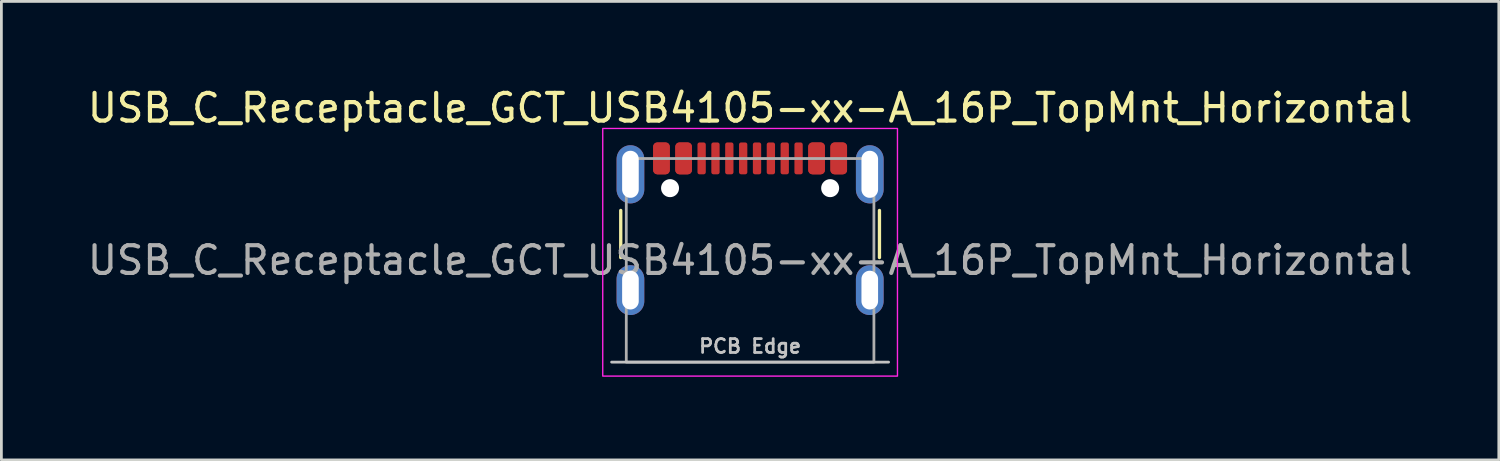
<source format=kicad_pcb>
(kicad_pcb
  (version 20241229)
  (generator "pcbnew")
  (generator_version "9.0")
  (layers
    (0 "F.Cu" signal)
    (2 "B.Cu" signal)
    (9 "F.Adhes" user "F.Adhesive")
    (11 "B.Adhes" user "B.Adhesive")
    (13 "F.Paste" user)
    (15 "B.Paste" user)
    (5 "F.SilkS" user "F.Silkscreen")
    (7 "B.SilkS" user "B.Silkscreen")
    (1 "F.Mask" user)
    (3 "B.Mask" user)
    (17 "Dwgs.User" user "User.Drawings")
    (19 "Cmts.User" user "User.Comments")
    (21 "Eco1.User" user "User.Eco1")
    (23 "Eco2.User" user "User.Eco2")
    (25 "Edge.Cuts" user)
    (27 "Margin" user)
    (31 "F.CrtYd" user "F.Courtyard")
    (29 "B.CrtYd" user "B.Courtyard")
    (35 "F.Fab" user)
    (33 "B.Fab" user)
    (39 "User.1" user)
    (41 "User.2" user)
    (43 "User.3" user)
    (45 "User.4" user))
  (footprint "USB_C_Receptacle_GCT_USB4105-xx-A_16P_TopMnt_Horizontal"
    (layer "F.Cu")
    (at 24.03 6.348)
    (property "Reference" "USB_C_Receptacle_GCT_USB4105-xx-A_16P_TopMnt_Horizontal" (at 0 -5.5 0) (unlocked yes) (layer "F.SilkS") (effects (font (size 1 1) (thickness 0.15))))
    (attr smd)
    (fp_line (start -4.67 -0.1) (end -4.67 -1.8) (stroke (width 0.12) (type solid)) (layer "F.SilkS"))
    (fp_line (start 4.67 -0.1) (end 4.67 -1.8) (stroke (width 0.12) (type solid)) (layer "F.SilkS"))
    (fp_line (start 5 3.675) (end -5 3.675) (stroke (width 0.1) (type solid)) (layer "Dwgs.User"))
    (fp_rect (start -5.32 -4.76) (end 5.32 4.18) (stroke (width 0.05) (type solid)) (fill no) (layer "F.CrtYd"))
    (fp_rect (start -4.47 -3.675) (end 4.47 3.675) (stroke (width 0.1) (type solid)) (fill no) (layer "F.Fab"))
    (fp_text user "PCB Edge" (at 0 3.1 0) (unlocked yes) (layer "Dwgs.User") (effects (font (size 0.5 0.5) (thickness 0.1))))
    (fp_text user "${REFERENCE}" (at 0 0 0) (unlocked yes) (layer "F.Fab") (effects (font (size 1 1) (thickness 0.15))))
    (pad "" np_thru_hole circle (at -2.89 -2.605) (size 0.65 0.65) (drill 0.65) (layers "*.Cu" "*.Mask"))
    (pad "" np_thru_hole circle (at 2.89 -2.605) (size 0.65 0.65) (drill 0.65) (layers "*.Cu" "*.Mask"))
    (pad "A1" smd roundrect (at -3.2 -3.68) (size 0.6 1.15) (layers "F.Cu" "F.Mask" "F.Paste") (roundrect_rratio 0.25))
    (pad "A4" smd roundrect (at -2.4 -3.68) (size 0.6 1.15) (layers "F.Cu" "F.Mask" "F.Paste") (roundrect_rratio 0.25))
    (pad "A5" smd roundrect (at -1.25 -3.68) (size 0.3 1.15) (layers "F.Cu" "F.Mask" "F.Paste") (roundrect_rratio 0.25))
    (pad "A6" smd roundrect (at -0.25 -3.68) (size 0.3 1.15) (layers "F.Cu" "F.Mask" "F.Paste") (roundrect_rratio 0.25))
    (pad "A7" smd roundrect (at 0.25 -3.68) (size 0.3 1.15) (layers "F.Cu" "F.Mask" "F.Paste") (roundrect_rratio 0.25))
    (pad "A8" smd roundrect (at 1.25 -3.68) (size 0.3 1.15) (layers "F.Cu" "F.Mask" "F.Paste") (roundrect_rratio 0.25))
    (pad "A9" smd roundrect (at 2.4 -3.68) (size 0.6 1.15) (layers "F.Cu" "F.Mask" "F.Paste") (roundrect_rratio 0.25))
    (pad "A12" smd roundrect (at 3.2 -3.68) (size 0.6 1.15) (layers "F.Cu" "F.Mask" "F.Paste") (roundrect_rratio 0.25))
    (pad "B1" smd roundrect (at 3.2 -3.68) (size 0.6 1.15) (layers "F.Cu" "F.Mask" "F.Paste") (roundrect_rratio 0.25))
    (pad "B4" smd roundrect (at 2.4 -3.68) (size 0.6 1.15) (layers "F.Cu" "F.Mask" "F.Paste") (roundrect_rratio 0.25))
    (pad "B5" smd roundrect (at 1.75 -3.68) (size 0.3 1.15) (layers "F.Cu" "F.Mask" "F.Paste") (roundrect_rratio 0.25))
    (pad "B6" smd roundrect (at 0.75 -3.68) (size 0.3 1.15) (layers "F.Cu" "F.Mask" "F.Paste") (roundrect_rratio 0.25))
    (pad "B7" smd roundrect (at -0.75 -3.68) (size 0.3 1.15) (layers "F.Cu" "F.Mask" "F.Paste") (roundrect_rratio 0.25))
    (pad "B8" smd roundrect (at -1.75 -3.68) (size 0.3 1.15) (layers "F.Cu" "F.Mask" "F.Paste") (roundrect_rratio 0.25))
    (pad "B9" smd roundrect (at -2.4 -3.68) (size 0.6 1.15) (layers "F.Cu" "F.Mask" "F.Paste") (roundrect_rratio 0.25))
    (pad "B12" smd roundrect (at -3.2 -3.68) (size 0.6 1.15) (layers "F.Cu" "F.Mask" "F.Paste") (roundrect_rratio 0.25))
    (pad "S1" thru_hole oval (at -4.32 -3.105) (size 1 2.1) (drill oval 0.6 1.7) (property pad_prop_heatsink) (layers "*.Cu" "*.Mask" "F.Paste"))
    (pad "S1" thru_hole oval (at -4.32 1.075) (size 1 1.8) (drill oval 0.6 1.4) (property pad_prop_heatsink) (layers "*.Cu" "*.Mask" "F.Paste"))
    (pad "S1" thru_hole oval (at 4.32 -3.105) (size 1 2.1) (drill oval 0.6 1.7) (property pad_prop_heatsink) (layers "*.Cu" "*.Mask" "F.Paste"))
    (pad "S1" thru_hole oval (at 4.32 1.075) (size 1 1.8) (drill oval 0.6 1.4) (property pad_prop_heatsink) (layers "*.Cu" "*.Mask" "F.Paste")))
  (gr_rect
    (start -3 -3)
    (end 51.06 13.553)
    (stroke (width 0.1) (type default))
    (fill no)
    (layer "Edge.Cuts")))
</source>
